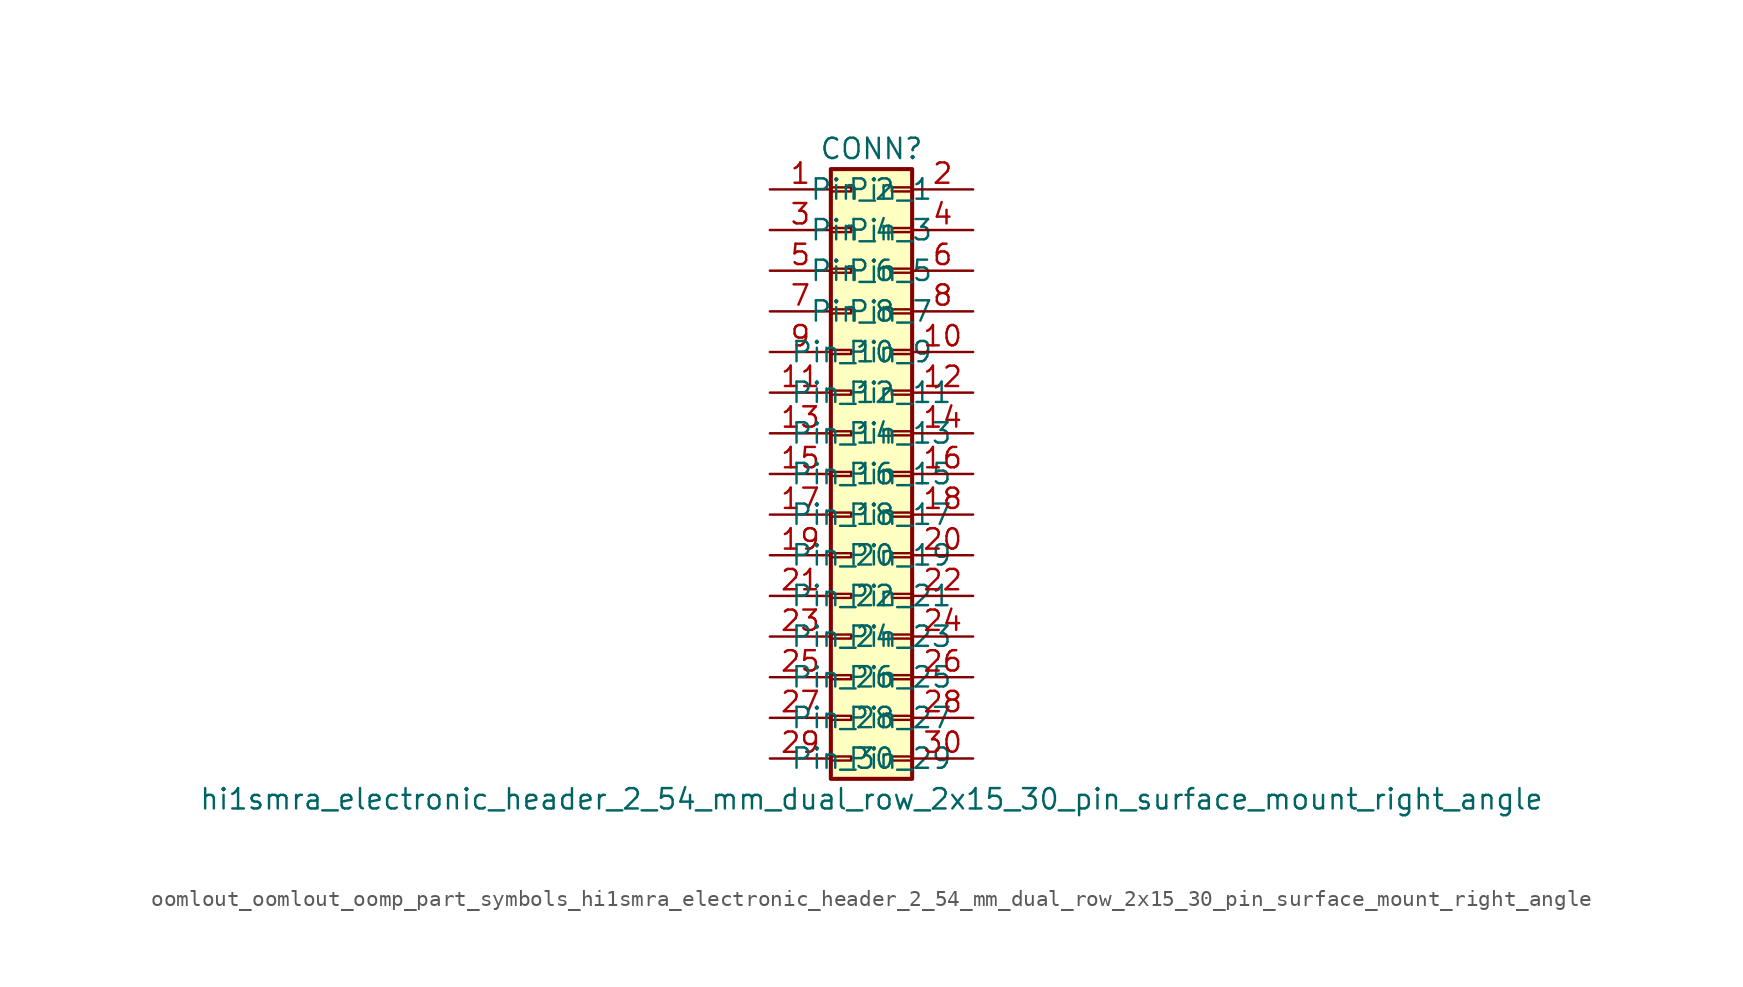
<source format=kicad_sym>
(kicad_symbol_lib
  (version 20220914)
  (generator kicad_symbol_editor)
  (symbol "oomlout_oomlout_oomp_part_symbols_hi1smra_electronic_header_2_54_mm_dual_row_2x15_30_pin_surface_mount_right_angle"
    (pin_names
      (offset 1.016))
    (property "Reference" "CONN"
      (at 1.27 20.32 0)
      (effects (font (size 1.27 1.27))))
    (property "Value" "hi1smra_electronic_header_2_54_mm_dual_row_2x15_30_pin_surface_mount_right_angle"
      (at 1.27 -20.32 0)
      (effects (font (size 1.27 1.27))))
    (symbol "oomlout_oomlout_oomp_part_symbols_hi1smra_electronic_header_2_54_mm_dual_row_2x15_30_pin_surface_mount_right_angle_1_1"
      (rectangle (start -1.27 -17.653) (end 0 -17.907) (stroke (width 0.152) (type default)) (fill (type none)))
      (rectangle (start -1.27 -15.113) (end 0 -15.367) (stroke (width 0.152) (type default)) (fill (type none)))
      (rectangle (start -1.27 -12.573) (end 0 -12.827) (stroke (width 0.152) (type default)) (fill (type none)))
      (rectangle (start -1.27 -10.033) (end 0 -10.287) (stroke (width 0.152) (type default)) (fill (type none)))
      (rectangle (start -1.27 -7.493) (end 0 -7.747) (stroke (width 0.152) (type default)) (fill (type none)))
      (rectangle (start -1.27 -4.953) (end 0 -5.207) (stroke (width 0.152) (type default)) (fill (type none)))
      (rectangle (start -1.27 -2.413) (end 0 -2.667) (stroke (width 0.152) (type default)) (fill (type none)))
      (rectangle (start -1.27 0.127) (end 0 -0.127) (stroke (width 0.152) (type default)) (fill (type none)))
      (rectangle (start -1.27 2.667) (end 0 2.413) (stroke (width 0.152) (type default)) (fill (type none)))
      (rectangle (start -1.27 5.207) (end 0 4.953) (stroke (width 0.152) (type default)) (fill (type none)))
      (rectangle (start -1.27 7.747) (end 0 7.493) (stroke (width 0.152) (type default)) (fill (type none)))
      (rectangle (start -1.27 10.287) (end 0 10.033) (stroke (width 0.152) (type default)) (fill (type none)))
      (rectangle (start -1.27 12.827) (end 0 12.573) (stroke (width 0.152) (type default)) (fill (type none)))
      (rectangle (start -1.27 15.367) (end 0 15.113) (stroke (width 0.152) (type default)) (fill (type none)))
      (rectangle (start -1.27 17.907) (end 0 17.653) (stroke (width 0.152) (type default)) (fill (type none)))
      (rectangle (start -1.27 19.05) (end 3.81 -19.05) (stroke (width 0.254) (type default)) (fill (type background)))
      (rectangle (start 3.81 -17.653) (end 2.54 -17.907) (stroke (width 0.152) (type default)) (fill (type none)))
      (rectangle (start 3.81 -15.113) (end 2.54 -15.367) (stroke (width 0.152) (type default)) (fill (type none)))
      (rectangle (start 3.81 -12.573) (end 2.54 -12.827) (stroke (width 0.152) (type default)) (fill (type none)))
      (rectangle (start 3.81 -10.033) (end 2.54 -10.287) (stroke (width 0.152) (type default)) (fill (type none)))
      (rectangle (start 3.81 -7.493) (end 2.54 -7.747) (stroke (width 0.152) (type default)) (fill (type none)))
      (rectangle (start 3.81 -4.953) (end 2.54 -5.207) (stroke (width 0.152) (type default)) (fill (type none)))
      (rectangle (start 3.81 -2.413) (end 2.54 -2.667) (stroke (width 0.152) (type default)) (fill (type none)))
      (rectangle (start 3.81 0.127) (end 2.54 -0.127) (stroke (width 0.152) (type default)) (fill (type none)))
      (rectangle (start 3.81 2.667) (end 2.54 2.413) (stroke (width 0.152) (type default)) (fill (type none)))
      (rectangle (start 3.81 5.207) (end 2.54 4.953) (stroke (width 0.152) (type default)) (fill (type none)))
      (rectangle (start 3.81 7.747) (end 2.54 7.493) (stroke (width 0.152) (type default)) (fill (type none)))
      (rectangle (start 3.81 10.287) (end 2.54 10.033) (stroke (width 0.152) (type default)) (fill (type none)))
      (rectangle (start 3.81 12.827) (end 2.54 12.573) (stroke (width 0.152) (type default)) (fill (type none)))
      (rectangle (start 3.81 15.367) (end 2.54 15.113) (stroke (width 0.152) (type default)) (fill (type none)))
      (rectangle (start 3.81 17.907) (end 2.54 17.653) (stroke (width 0.152) (type default)) (fill (type none)))
      (pin passive line (at -5.08 17.78 0) (length 3.81) (name "Pin_1" (effects (font (size 1.27 1.27)))) (number "1" (effects (font (size 1.27 1.27)))))
      (pin passive line (at 7.62 7.62 180) (length 3.81) (name "Pin_10" (effects (font (size 1.27 1.27)))) (number "10" (effects (font (size 1.27 1.27)))))
      (pin passive line (at -5.08 5.08 0) (length 3.81) (name "Pin_11" (effects (font (size 1.27 1.27)))) (number "11" (effects (font (size 1.27 1.27)))))
      (pin passive line (at 7.62 5.08 180) (length 3.81) (name "Pin_12" (effects (font (size 1.27 1.27)))) (number "12" (effects (font (size 1.27 1.27)))))
      (pin passive line (at -5.08 2.54 0) (length 3.81) (name "Pin_13" (effects (font (size 1.27 1.27)))) (number "13" (effects (font (size 1.27 1.27)))))
      (pin passive line (at 7.62 2.54 180) (length 3.81) (name "Pin_14" (effects (font (size 1.27 1.27)))) (number "14" (effects (font (size 1.27 1.27)))))
      (pin passive line (at -5.08 0 0) (length 3.81) (name "Pin_15" (effects (font (size 1.27 1.27)))) (number "15" (effects (font (size 1.27 1.27)))))
      (pin passive line (at 7.62 0 180) (length 3.81) (name "Pin_16" (effects (font (size 1.27 1.27)))) (number "16" (effects (font (size 1.27 1.27)))))
      (pin passive line (at -5.08 -2.54 0) (length 3.81) (name "Pin_17" (effects (font (size 1.27 1.27)))) (number "17" (effects (font (size 1.27 1.27)))))
      (pin passive line (at 7.62 -2.54 180) (length 3.81) (name "Pin_18" (effects (font (size 1.27 1.27)))) (number "18" (effects (font (size 1.27 1.27)))))
      (pin passive line (at -5.08 -5.08 0) (length 3.81) (name "Pin_19" (effects (font (size 1.27 1.27)))) (number "19" (effects (font (size 1.27 1.27)))))
      (pin passive line (at 7.62 17.78 180) (length 3.81) (name "Pin_2" (effects (font (size 1.27 1.27)))) (number "2" (effects (font (size 1.27 1.27)))))
      (pin passive line (at 7.62 -5.08 180) (length 3.81) (name "Pin_20" (effects (font (size 1.27 1.27)))) (number "20" (effects (font (size 1.27 1.27)))))
      (pin passive line (at -5.08 -7.62 0) (length 3.81) (name "Pin_21" (effects (font (size 1.27 1.27)))) (number "21" (effects (font (size 1.27 1.27)))))
      (pin passive line (at 7.62 -7.62 180) (length 3.81) (name "Pin_22" (effects (font (size 1.27 1.27)))) (number "22" (effects (font (size 1.27 1.27)))))
      (pin passive line (at -5.08 -10.16 0) (length 3.81) (name "Pin_23" (effects (font (size 1.27 1.27)))) (number "23" (effects (font (size 1.27 1.27)))))
      (pin passive line (at 7.62 -10.16 180) (length 3.81) (name "Pin_24" (effects (font (size 1.27 1.27)))) (number "24" (effects (font (size 1.27 1.27)))))
      (pin passive line (at -5.08 -12.7 0) (length 3.81) (name "Pin_25" (effects (font (size 1.27 1.27)))) (number "25" (effects (font (size 1.27 1.27)))))
      (pin passive line (at 7.62 -12.7 180) (length 3.81) (name "Pin_26" (effects (font (size 1.27 1.27)))) (number "26" (effects (font (size 1.27 1.27)))))
      (pin passive line (at -5.08 -15.24 0) (length 3.81) (name "Pin_27" (effects (font (size 1.27 1.27)))) (number "27" (effects (font (size 1.27 1.27)))))
      (pin passive line (at 7.62 -15.24 180) (length 3.81) (name "Pin_28" (effects (font (size 1.27 1.27)))) (number "28" (effects (font (size 1.27 1.27)))))
      (pin passive line (at -5.08 -17.78 0) (length 3.81) (name "Pin_29" (effects (font (size 1.27 1.27)))) (number "29" (effects (font (size 1.27 1.27)))))
      (pin passive line (at -5.08 15.24 0) (length 3.81) (name "Pin_3" (effects (font (size 1.27 1.27)))) (number "3" (effects (font (size 1.27 1.27)))))
      (pin passive line (at 7.62 -17.78 180) (length 3.81) (name "Pin_30" (effects (font (size 1.27 1.27)))) (number "30" (effects (font (size 1.27 1.27)))))
      (pin passive line (at 7.62 15.24 180) (length 3.81) (name "Pin_4" (effects (font (size 1.27 1.27)))) (number "4" (effects (font (size 1.27 1.27)))))
      (pin passive line (at -5.08 12.7 0) (length 3.81) (name "Pin_5" (effects (font (size 1.27 1.27)))) (number "5" (effects (font (size 1.27 1.27)))))
      (pin passive line (at 7.62 12.7 180) (length 3.81) (name "Pin_6" (effects (font (size 1.27 1.27)))) (number "6" (effects (font (size 1.27 1.27)))))
      (pin passive line (at -5.08 10.16 0) (length 3.81) (name "Pin_7" (effects (font (size 1.27 1.27)))) (number "7" (effects (font (size 1.27 1.27)))))
      (pin passive line (at 7.62 10.16 180) (length 3.81) (name "Pin_8" (effects (font (size 1.27 1.27)))) (number "8" (effects (font (size 1.27 1.27)))))
      (pin passive line (at -5.08 7.62 0) (length 3.81) (name "Pin_9" (effects (font (size 1.27 1.27)))) (number "9" (effects (font (size 1.27 1.27))))))))
</source>
